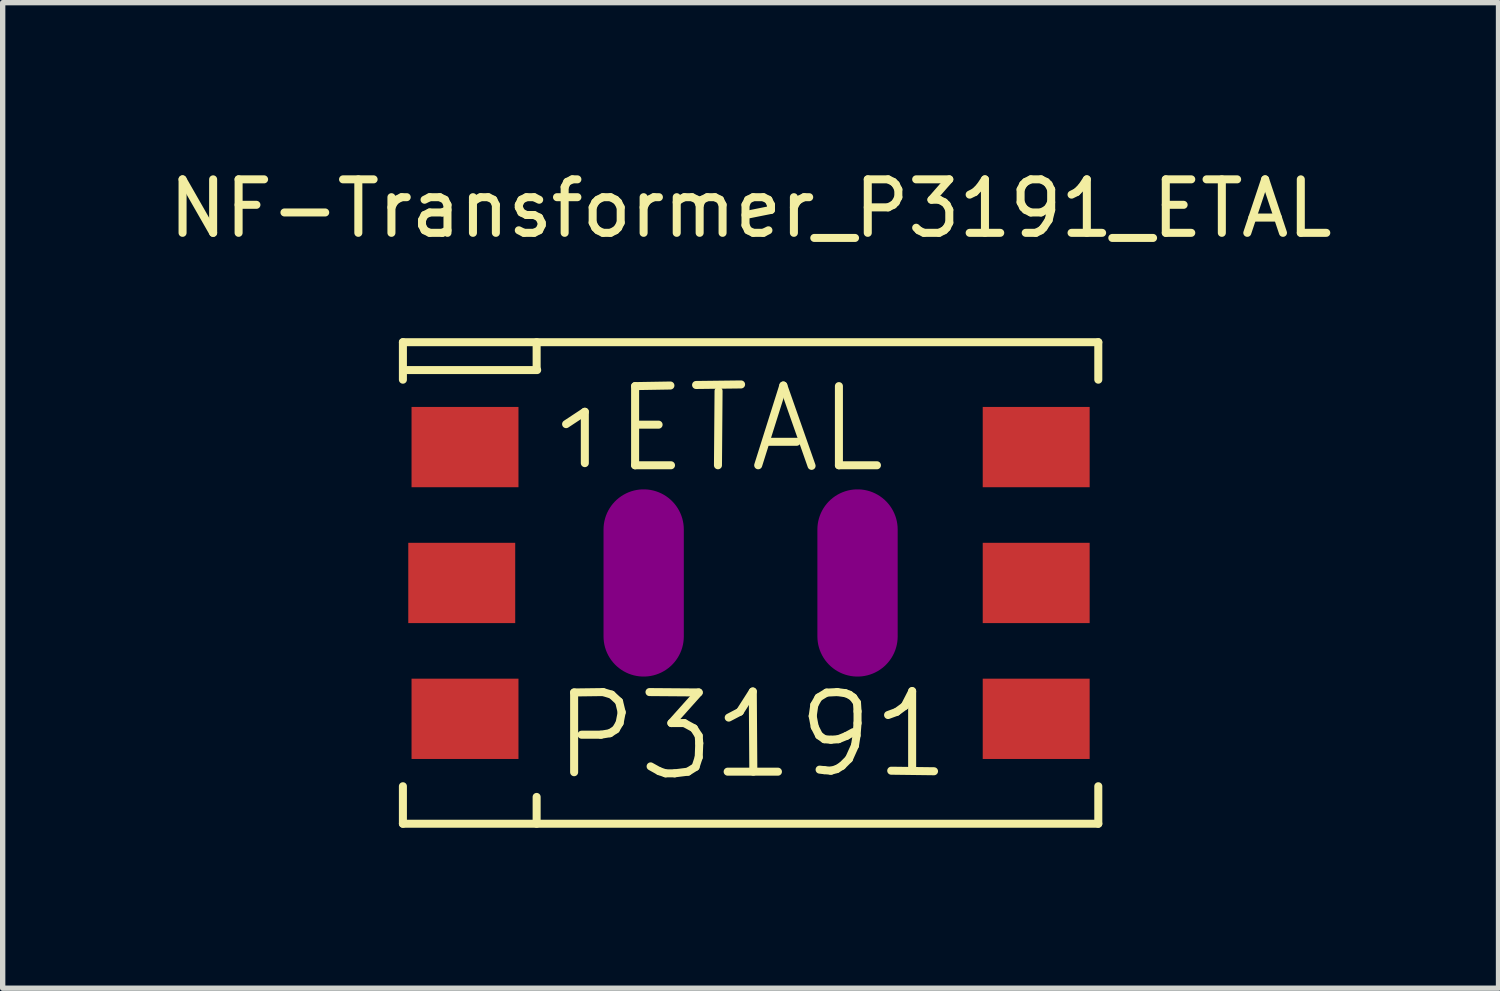
<source format=kicad_pcb>
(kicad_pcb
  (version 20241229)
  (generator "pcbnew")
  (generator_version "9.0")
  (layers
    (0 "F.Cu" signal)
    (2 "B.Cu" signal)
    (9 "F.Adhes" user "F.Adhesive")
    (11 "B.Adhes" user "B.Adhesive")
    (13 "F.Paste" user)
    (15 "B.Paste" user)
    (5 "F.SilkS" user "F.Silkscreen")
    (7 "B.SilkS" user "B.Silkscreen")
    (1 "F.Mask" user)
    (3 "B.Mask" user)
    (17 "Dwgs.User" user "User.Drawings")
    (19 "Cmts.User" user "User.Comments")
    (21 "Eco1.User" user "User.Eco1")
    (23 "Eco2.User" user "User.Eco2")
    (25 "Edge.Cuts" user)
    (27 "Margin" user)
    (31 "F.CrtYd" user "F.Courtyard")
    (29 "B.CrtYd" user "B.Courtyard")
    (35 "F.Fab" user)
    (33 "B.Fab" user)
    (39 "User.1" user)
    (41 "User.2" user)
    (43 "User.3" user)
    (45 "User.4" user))
  (footprint "NF-Transformer_P3191_ETAL"
    (layer "F.Cu")
    (at 10.982 7.848)
    (property "Reference" "NF-Transformer_P3191_ETAL" (at 0 -7 0) (layer "F.SilkS") (effects (font (size 1 1) (thickness 0.15))))
    (attr smd)
    (fp_line (start -6.5 -4.501) (end -6.5 -3.8) (stroke (width 0.15) (type solid)) (layer "F.SilkS"))
    (fp_line (start -6.5 3.8) (end -6.5 4.501) (stroke (width 0.15) (type solid)) (layer "F.SilkS"))
    (fp_line (start -6.5 4.501) (end 6.5 4.501) (stroke (width 0.15) (type solid)) (layer "F.SilkS"))
    (fp_line (start -4 -4.501) (end -4 -4) (stroke (width 0.15) (type solid)) (layer "F.SilkS"))
    (fp_line (start -4 4.501) (end -4 4) (stroke (width 0.15) (type solid)) (layer "F.SilkS"))
    (fp_line (start -3.99 -3.98) (end -6.421 -3.98) (stroke (width 0.15) (type solid)) (layer "F.SilkS"))
    (fp_line (start -3.449 -2.969) (end -3.099 -3.2) (stroke (width 0.15) (type solid)) (layer "F.SilkS"))
    (fp_line (start -3.299 2.047) (end -2.758 2.04) (stroke (width 0.15) (type solid)) (layer "F.SilkS"))
    (fp_line (start -3.299 3.538) (end -3.299 2.047) (stroke (width 0.15) (type solid)) (layer "F.SilkS"))
    (fp_line (start -3.099 -3.2) (end -3.099 -2.24) (stroke (width 0.15) (type solid)) (layer "F.SilkS"))
    (fp_line (start -2.799 2.837) (end -3.16 2.837) (stroke (width 0.15) (type solid)) (layer "F.SilkS"))
    (fp_line (start -2.758 2.04) (end -2.598 2.088) (stroke (width 0.15) (type solid)) (layer "F.SilkS"))
    (fp_line (start -2.629 2.809) (end -2.799 2.837) (stroke (width 0.15) (type solid)) (layer "F.SilkS"))
    (fp_line (start -2.598 2.088) (end -2.459 2.217) (stroke (width 0.15) (type solid)) (layer "F.SilkS"))
    (fp_line (start -2.52 2.738) (end -2.629 2.809) (stroke (width 0.15) (type solid)) (layer "F.SilkS"))
    (fp_line (start -2.459 2.217) (end -2.41 2.418) (stroke (width 0.15) (type solid)) (layer "F.SilkS"))
    (fp_line (start -2.449 2.619) (end -2.52 2.738) (stroke (width 0.15) (type solid)) (layer "F.SilkS"))
    (fp_line (start -2.41 2.418) (end -2.449 2.619) (stroke (width 0.15) (type solid)) (layer "F.SilkS"))
    (fp_line (start -2.159 -3.68) (end -2.159 -2.2) (stroke (width 0.15) (type solid)) (layer "F.SilkS"))
    (fp_line (start -2.159 -2.2) (end -1.488 -2.2) (stroke (width 0.15) (type solid)) (layer "F.SilkS"))
    (fp_line (start -2.129 -2.959) (end -1.72 -2.959) (stroke (width 0.15) (type solid)) (layer "F.SilkS"))
    (fp_line (start -1.89 2.04) (end -0.97 2.047) (stroke (width 0.15) (type solid)) (layer "F.SilkS"))
    (fp_line (start -1.709 3.518) (end -1.869 3.429) (stroke (width 0.15) (type solid)) (layer "F.SilkS"))
    (fp_line (start -1.59 3.559) (end -1.709 3.518) (stroke (width 0.15) (type solid)) (layer "F.SilkS"))
    (fp_line (start -1.499 -3.691) (end -2.159 -3.68) (stroke (width 0.15) (type solid)) (layer "F.SilkS"))
    (fp_line (start -1.481 2.619) (end -1.24 2.619) (stroke (width 0.15) (type solid)) (layer "F.SilkS"))
    (fp_line (start -1.42 3.559) (end -1.59 3.559) (stroke (width 0.15) (type solid)) (layer "F.SilkS"))
    (fp_line (start -1.24 2.619) (end -1.059 2.718) (stroke (width 0.15) (type solid)) (layer "F.SilkS"))
    (fp_line (start -1.171 3.528) (end -1.42 3.559) (stroke (width 0.15) (type solid)) (layer "F.SilkS"))
    (fp_line (start -1.059 2.718) (end -0.97 2.857) (stroke (width 0.15) (type solid)) (layer "F.SilkS"))
    (fp_line (start -1.029 3.439) (end -1.171 3.528) (stroke (width 0.15) (type solid)) (layer "F.SilkS"))
    (fp_line (start -1.019 -3.701) (end -0.178 -3.711) (stroke (width 0.15) (type solid)) (layer "F.SilkS"))
    (fp_line (start -0.97 2.047) (end -1.481 2.619) (stroke (width 0.15) (type solid)) (layer "F.SilkS"))
    (fp_line (start -0.97 2.857) (end -0.96 2.997) (stroke (width 0.15) (type solid)) (layer "F.SilkS"))
    (fp_line (start -0.97 3.259) (end -1.029 3.439) (stroke (width 0.15) (type solid)) (layer "F.SilkS"))
    (fp_line (start -0.96 2.997) (end -0.97 3.259) (stroke (width 0.15) (type solid)) (layer "F.SilkS"))
    (fp_line (start -0.61 -2.2) (end -0.599 -3.589) (stroke (width 0.15) (type solid)) (layer "F.SilkS"))
    (fp_line (start -0.429 3.528) (end 0.511 3.528) (stroke (width 0.15) (type solid)) (layer "F.SilkS"))
    (fp_line (start -0.409 2.517) (end -0.201 2.408) (stroke (width 0.15) (type solid)) (layer "F.SilkS"))
    (fp_line (start -0.201 2.408) (end 0.041 2.029) (stroke (width 0.15) (type solid)) (layer "F.SilkS"))
    (fp_line (start 0.041 2.029) (end 0.051 3.528) (stroke (width 0.15) (type solid)) (layer "F.SilkS"))
    (fp_line (start 0.142 -2.2) (end 0.612 -3.691) (stroke (width 0.15) (type solid)) (layer "F.SilkS"))
    (fp_line (start 0.32 -2.639) (end 0.861 -2.639) (stroke (width 0.15) (type solid)) (layer "F.SilkS"))
    (fp_line (start 0.612 -3.691) (end 1.14 -2.189) (stroke (width 0.15) (type solid)) (layer "F.SilkS"))
    (fp_line (start 1.161 2.489) (end 1.199 2.69) (stroke (width 0.15) (type solid)) (layer "F.SilkS"))
    (fp_line (start 1.191 2.281) (end 1.161 2.489) (stroke (width 0.15) (type solid)) (layer "F.SilkS"))
    (fp_line (start 1.199 2.69) (end 1.28 2.85) (stroke (width 0.15) (type solid)) (layer "F.SilkS"))
    (fp_line (start 1.27 2.141) (end 1.191 2.281) (stroke (width 0.15) (type solid)) (layer "F.SilkS"))
    (fp_line (start 1.28 2.85) (end 1.379 2.921) (stroke (width 0.15) (type solid)) (layer "F.SilkS"))
    (fp_line (start 1.29 3.49) (end 1.379 3.5) (stroke (width 0.15) (type solid)) (layer "F.SilkS"))
    (fp_line (start 1.379 2.921) (end 1.501 2.931) (stroke (width 0.15) (type solid)) (layer "F.SilkS"))
    (fp_line (start 1.379 3.5) (end 1.501 3.51) (stroke (width 0.15) (type solid)) (layer "F.SilkS"))
    (fp_line (start 1.42 2.05) (end 1.27 2.141) (stroke (width 0.15) (type solid)) (layer "F.SilkS"))
    (fp_line (start 1.501 2.931) (end 1.641 2.921) (stroke (width 0.15) (type solid)) (layer "F.SilkS"))
    (fp_line (start 1.501 3.51) (end 1.61 3.48) (stroke (width 0.15) (type solid)) (layer "F.SilkS"))
    (fp_line (start 1.61 3.48) (end 1.709 3.419) (stroke (width 0.15) (type solid)) (layer "F.SilkS"))
    (fp_line (start 1.621 2.04) (end 1.42 2.05) (stroke (width 0.15) (type solid)) (layer "F.SilkS"))
    (fp_line (start 1.641 2.921) (end 1.791 2.86) (stroke (width 0.15) (type solid)) (layer "F.SilkS"))
    (fp_line (start 1.651 -3.68) (end 1.651 -2.2) (stroke (width 0.15) (type solid)) (layer "F.SilkS"))
    (fp_line (start 1.651 -2.2) (end 2.362 -2.2) (stroke (width 0.15) (type solid)) (layer "F.SilkS"))
    (fp_line (start 1.709 3.419) (end 1.839 3.289) (stroke (width 0.15) (type solid)) (layer "F.SilkS"))
    (fp_line (start 1.77 2.06) (end 1.621 2.04) (stroke (width 0.15) (type solid)) (layer "F.SilkS"))
    (fp_line (start 1.791 2.86) (end 1.92 2.789) (stroke (width 0.15) (type solid)) (layer "F.SilkS"))
    (fp_line (start 1.839 3.289) (end 1.951 3.04) (stroke (width 0.15) (type solid)) (layer "F.SilkS"))
    (fp_line (start 1.849 2.09) (end 1.77 2.06) (stroke (width 0.15) (type solid)) (layer "F.SilkS"))
    (fp_line (start 1.92 2.141) (end 1.849 2.09) (stroke (width 0.15) (type solid)) (layer "F.SilkS"))
    (fp_line (start 1.951 3.04) (end 1.981 2.85) (stroke (width 0.15) (type solid)) (layer "F.SilkS"))
    (fp_line (start 1.981 2.85) (end 1.999 2.619) (stroke (width 0.15) (type solid)) (layer "F.SilkS"))
    (fp_line (start 1.989 2.24) (end 1.92 2.141) (stroke (width 0.15) (type solid)) (layer "F.SilkS"))
    (fp_line (start 1.999 2.4) (end 1.989 2.24) (stroke (width 0.15) (type solid)) (layer "F.SilkS"))
    (fp_line (start 1.999 2.619) (end 1.999 2.4) (stroke (width 0.15) (type solid)) (layer "F.SilkS"))
    (fp_line (start 2.57 2.469) (end 2.731 2.41) (stroke (width 0.15) (type solid)) (layer "F.SilkS"))
    (fp_line (start 2.629 3.51) (end 3.429 3.52) (stroke (width 0.15) (type solid)) (layer "F.SilkS"))
    (fp_line (start 2.731 2.41) (end 2.88 2.301) (stroke (width 0.15) (type solid)) (layer "F.SilkS"))
    (fp_line (start 2.88 2.301) (end 3.02 2.029) (stroke (width 0.15) (type solid)) (layer "F.SilkS"))
    (fp_line (start 3.02 2.019) (end 3.02 3.48) (stroke (width 0.15) (type solid)) (layer "F.SilkS"))
    (fp_line (start 6.5 -4.501) (end -6.5 -4.501) (stroke (width 0.15) (type solid)) (layer "F.SilkS"))
    (fp_line (start 6.5 -4.501) (end 6.5 -3.8) (stroke (width 0.15) (type solid)) (layer "F.SilkS"))
    (fp_line (start 6.5 3.8) (end 6.5 4.501) (stroke (width 0.15) (type solid)) (layer "F.SilkS"))
    (pad "" smd oval (at -1.999 0 90) (size 3.5 1.501) (layers "F.Adhes"))
    (pad "" smd oval (at 1.999 0 90) (size 3.5 1.501) (layers "F.Adhes"))
    (pad "1" smd rect (at -5.339 -2.54) (size 1.999 1.501) (layers "F.Cu" "F.Mask" "F.Paste"))
    (pad "2" smd rect (at -5.4 0) (size 1.999 1.501) (layers "F.Cu" "F.Mask" "F.Paste"))
    (pad "2" smd rect (at -5.339 2.54) (size 1.999 1.501) (layers "F.Cu" "F.Mask" "F.Paste"))
    (pad "3" smd rect (at 5.339 2.54) (size 1.999 1.501) (layers "F.Cu" "F.Mask" "F.Paste"))
    (pad "4" smd rect (at 5.339 0) (size 1.999 1.501) (layers "F.Cu" "F.Mask" "F.Paste"))
    (pad "5" smd rect (at 5.339 -2.54) (size 1.999 1.501) (layers "F.Cu" "F.Mask" "F.Paste")))
  (gr_rect
    (start -3 -3)
    (end 24.964 15.424)
    (stroke (width 0.1) (type default))
    (fill no)
    (layer "Edge.Cuts")))
</source>
